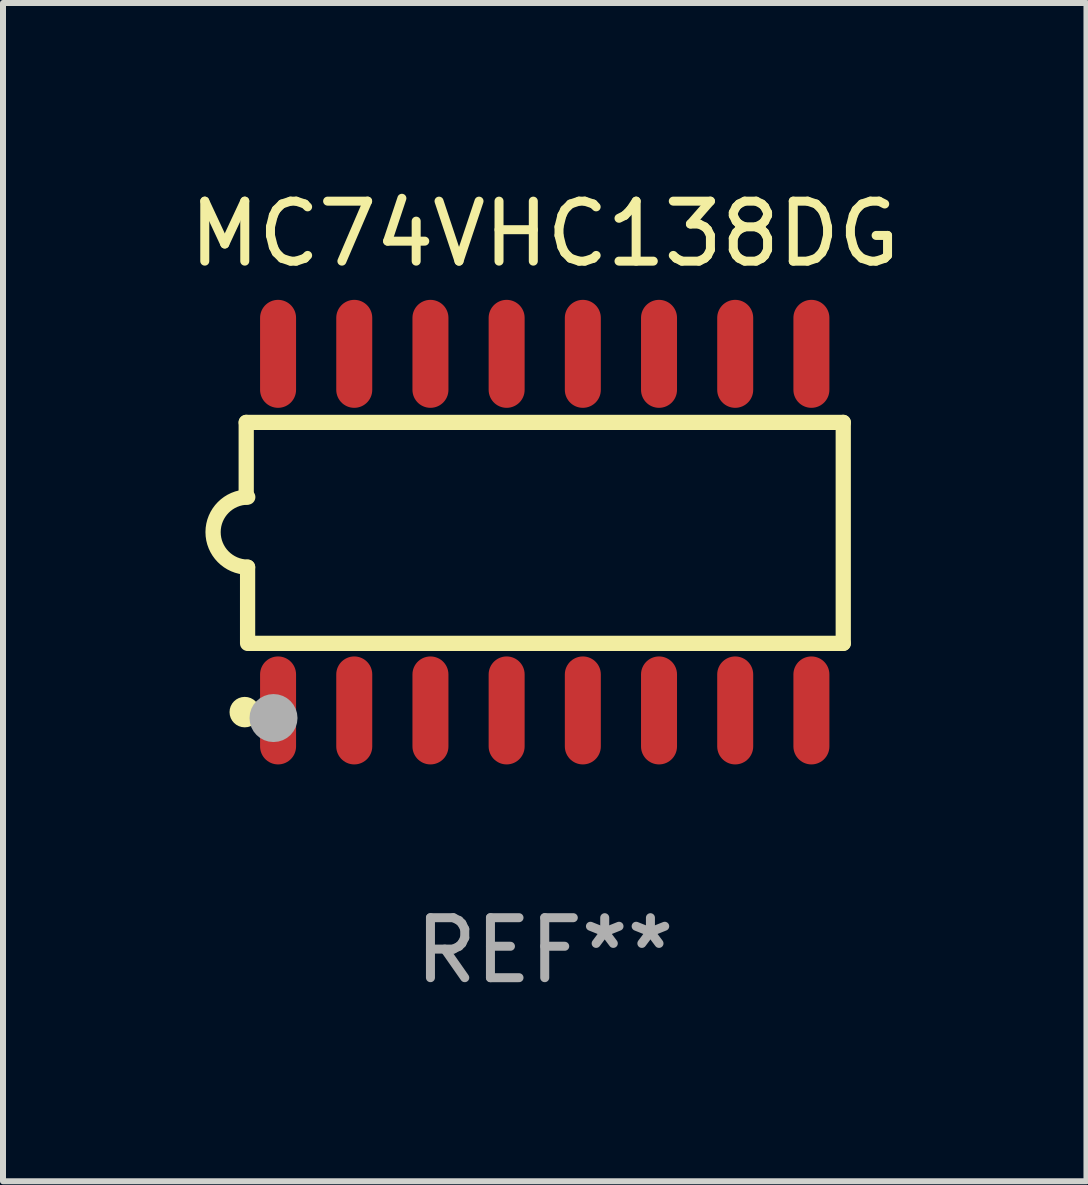
<source format=kicad_pcb>
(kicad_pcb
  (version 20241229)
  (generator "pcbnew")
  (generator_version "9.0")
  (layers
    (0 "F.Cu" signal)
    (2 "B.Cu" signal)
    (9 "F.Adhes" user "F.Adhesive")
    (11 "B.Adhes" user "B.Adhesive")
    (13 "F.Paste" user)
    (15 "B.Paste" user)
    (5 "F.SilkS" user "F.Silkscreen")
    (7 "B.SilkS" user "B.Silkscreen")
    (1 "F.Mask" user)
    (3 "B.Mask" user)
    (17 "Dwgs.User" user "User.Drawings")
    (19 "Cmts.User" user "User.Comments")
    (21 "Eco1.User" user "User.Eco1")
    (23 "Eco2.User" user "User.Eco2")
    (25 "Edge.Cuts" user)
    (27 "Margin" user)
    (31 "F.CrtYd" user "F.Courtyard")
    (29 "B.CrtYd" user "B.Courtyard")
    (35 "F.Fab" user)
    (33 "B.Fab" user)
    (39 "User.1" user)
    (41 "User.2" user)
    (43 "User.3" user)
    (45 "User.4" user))
  (footprint "MC74VHC138DG"
    (layer "F.Cu")
    (at 6.03 5.82)
    (property "Reference" "MC74VHC138DG" (at 0 -4.972 0) (layer "F.SilkS") (effects (font (size 1 1) (thickness 0.15))))
    (attr through_hole)
    (fp_line (start -4.976 -1.829) (end -4.976 -0.584) (stroke (width 0.254) (type solid)) (layer "F.SilkS"))
    (fp_line (start -4.953 0.584) (end -4.953 1.854) (stroke (width 0.254) (type solid)) (layer "F.SilkS"))
    (fp_line (start -4.928 1.854) (end 4.976 1.854) (stroke (width 0.254) (type solid)) (layer "F.SilkS"))
    (fp_line (start 4.976 -1.829) (end -4.976 -1.829) (stroke (width 0.254) (type solid)) (layer "F.SilkS"))
    (fp_line (start 4.976 1.854) (end 4.976 -1.829) (stroke (width 0.254) (type solid)) (layer "F.SilkS"))
    (fp_arc (start -4.95301 0.584201) (mid -5.533866 -0.00152) (end -4.950088 -0.584329) (stroke (width 0.254001) (type solid)) (layer "F.SilkS"))
    (fp_circle (center -5 3) (end -4.873 3) (stroke (width 0.254) (type solid)) (fill no) (layer "F.SilkS"))
    (fp_circle (center -4.521 3.099) (end -4.321 3.099) (stroke (width 0.4) (type solid)) (fill no) (layer "F.Fab"))
    (fp_text user "REF**" (at 0 6.972 0) (layer "F.Fab") (effects (font (size 1 1) (thickness 0.15))))
    (pad "1" smd oval (at -4.445 2.972 180) (size 0.6 1.8) (layers "F.Cu" "F.Mask" "F.Paste"))
    (pad "2" smd oval (at -3.175 2.972 180) (size 0.6 1.8) (layers "F.Cu" "F.Mask" "F.Paste"))
    (pad "3" smd oval (at -1.905 2.972 180) (size 0.6 1.8) (layers "F.Cu" "F.Mask" "F.Paste"))
    (pad "4" smd oval (at -0.635 2.972 180) (size 0.6 1.8) (layers "F.Cu" "F.Mask" "F.Paste"))
    (pad "5" smd oval (at 0.635 2.972 180) (size 0.6 1.8) (layers "F.Cu" "F.Mask" "F.Paste"))
    (pad "6" smd oval (at 1.905 2.972 180) (size 0.6 1.8) (layers "F.Cu" "F.Mask" "F.Paste"))
    (pad "7" smd oval (at 3.175 2.972 180) (size 0.6 1.8) (layers "F.Cu" "F.Mask" "F.Paste"))
    (pad "8" smd oval (at 4.445 2.972 180) (size 0.6 1.8) (layers "F.Cu" "F.Mask" "F.Paste"))
    (pad "9" smd oval (at 4.445 -2.972 180) (size 0.6 1.8) (layers "F.Cu" "F.Mask" "F.Paste"))
    (pad "10" smd oval (at 3.175 -2.972 180) (size 0.6 1.8) (layers "F.Cu" "F.Mask" "F.Paste"))
    (pad "11" smd oval (at 1.905 -2.972 180) (size 0.6 1.8) (layers "F.Cu" "F.Mask" "F.Paste"))
    (pad "12" smd oval (at 0.635 -2.972 180) (size 0.6 1.8) (layers "F.Cu" "F.Mask" "F.Paste"))
    (pad "13" smd oval (at -0.635 -2.972 180) (size 0.6 1.8) (layers "F.Cu" "F.Mask" "F.Paste"))
    (pad "14" smd oval (at -1.905 -2.972 180) (size 0.6 1.8) (layers "F.Cu" "F.Mask" "F.Paste"))
    (pad "15" smd oval (at -3.175 -2.972 180) (size 0.6 1.8) (layers "F.Cu" "F.Mask" "F.Paste"))
    (pad "16" smd oval (at -4.445 -2.972 180) (size 0.6 1.8) (layers "F.Cu" "F.Mask" "F.Paste")))
  (gr_rect
    (start -3 -3)
    (end 15.06 16.64)
    (stroke (width 0.1) (type default))
    (fill no)
    (layer "Edge.Cuts")))
</source>
